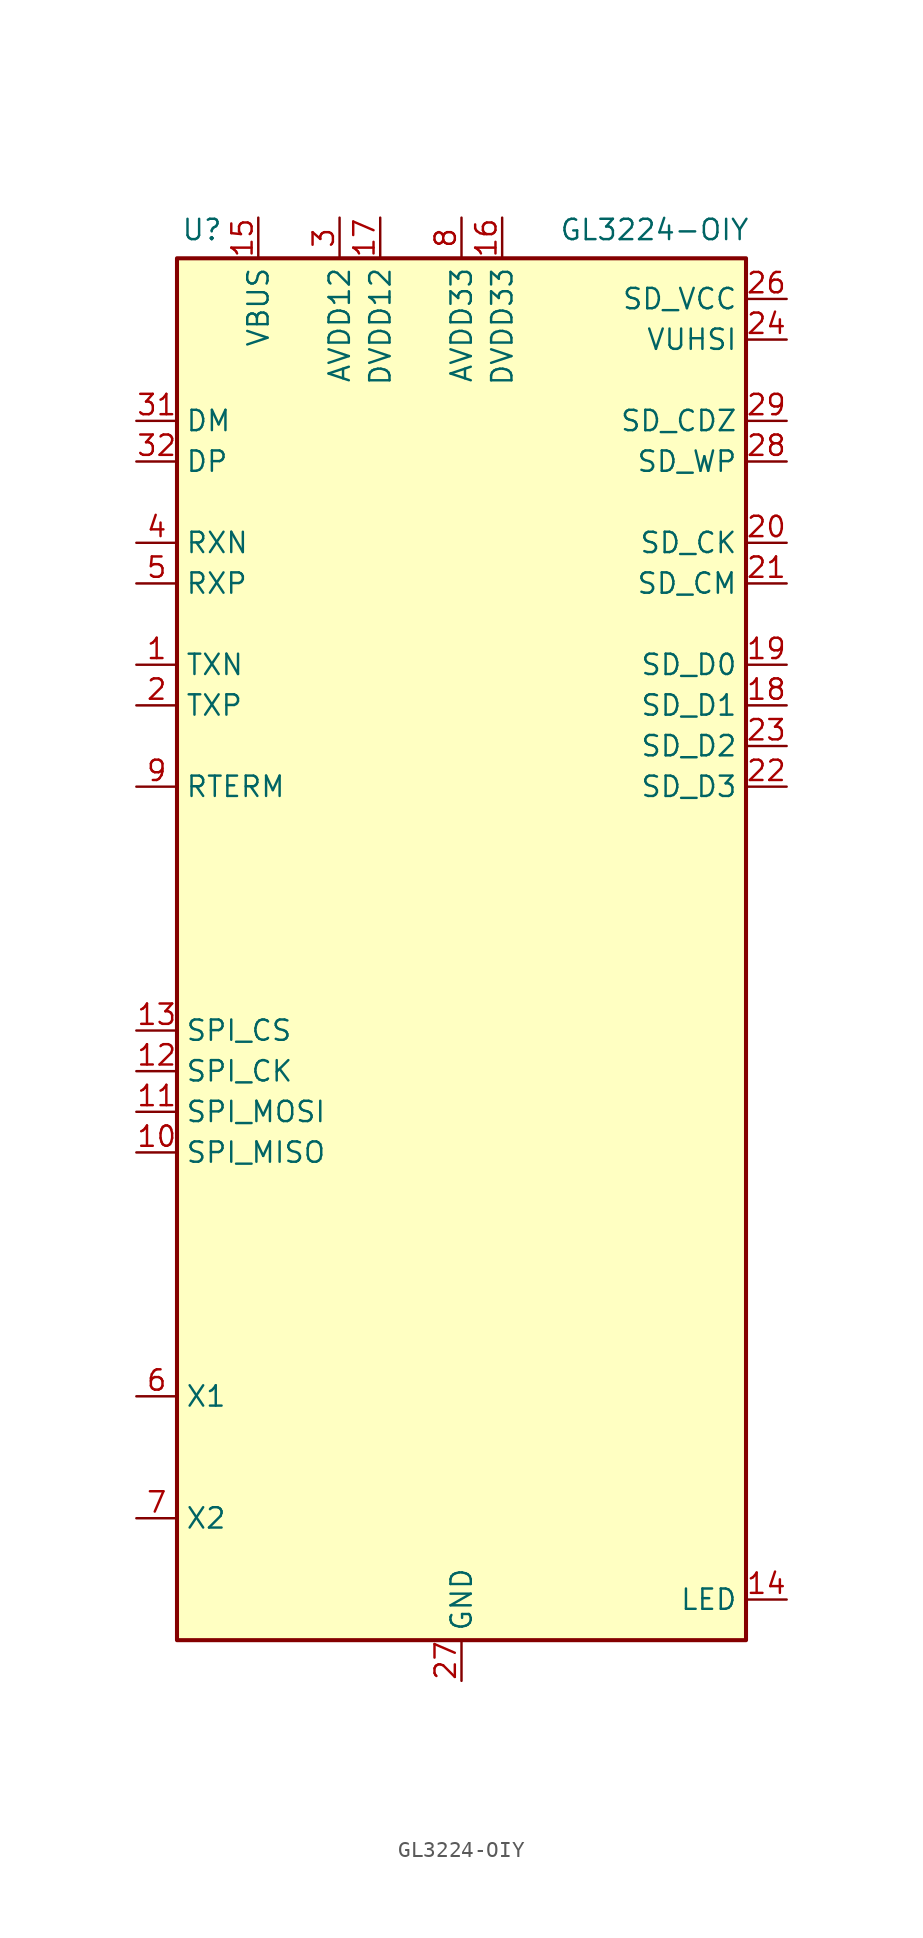
<source format=kicad_sym>
(kicad_symbol_lib
  (version 20241209)
  (generator "kicad_symbol_editor")
  (generator_version "9.0")
  (symbol "GL3224-OIY"
    (property "Reference" "U"
      (at -17.526 44.958 0)
      (effects (font (size 1.27 1.27)) (justify left)))
    (property "Value" "GL3224-OIY"
      (at 6.096 44.958 0)
      (effects (font (size 1.27 1.27)) (justify left)))
    (symbol "GL3224-OIY_1_1"
      (rectangle (start -17.78 43.18) (end 17.78 -43.18) (stroke (width 0.254) (type default)) (fill (type background)))
      (pin bidirectional line (at -20.32 33.02 0) (length 2.54) (name "DM" (effects (font (size 1.27 1.27)))) (number "31" (effects (font (size 1.27 1.27)))))
      (pin bidirectional line (at -20.32 30.48 0) (length 2.54) (name "DP" (effects (font (size 1.27 1.27)))) (number "32" (effects (font (size 1.27 1.27)))))
      (pin input line (at -20.32 25.4 0) (length 2.54) (name "RXN" (effects (font (size 1.27 1.27)))) (number "4" (effects (font (size 1.27 1.27)))))
      (pin input line (at -20.32 22.86 0) (length 2.54) (name "RXP" (effects (font (size 1.27 1.27)))) (number "5" (effects (font (size 1.27 1.27)))))
      (pin output line (at -20.32 17.78 0) (length 2.54) (name "TXN" (effects (font (size 1.27 1.27)))) (number "1" (effects (font (size 1.27 1.27)))))
      (pin output line (at -20.32 15.24 0) (length 2.54) (name "TXP" (effects (font (size 1.27 1.27)))) (number "2" (effects (font (size 1.27 1.27)))))
      (pin passive line (at -20.32 10.16 0) (length 2.54) (name "RTERM" (effects (font (size 1.27 1.27)))) (number "9" (effects (font (size 1.27 1.27)))))
      (pin output line (at -20.32 -5.08 0) (length 2.54) (name "SPI_CS" (effects (font (size 1.27 1.27)))) (number "13" (effects (font (size 1.27 1.27)))))
      (pin output line (at -20.32 -7.62 0) (length 2.54) (name "SPI_CK" (effects (font (size 1.27 1.27)))) (number "12" (effects (font (size 1.27 1.27)))))
      (pin output line (at -20.32 -10.16 0) (length 2.54) (name "SPI_MOSI" (effects (font (size 1.27 1.27)))) (number "11" (effects (font (size 1.27 1.27)))))
      (pin input line (at -20.32 -12.7 0) (length 2.54) (name "SPI_MISO" (effects (font (size 1.27 1.27)))) (number "10" (effects (font (size 1.27 1.27)))))
      (pin input line (at -20.32 -27.94 0) (length 2.54) (name "X1" (effects (font (size 1.27 1.27)))) (number "6" (effects (font (size 1.27 1.27)))))
      (pin output line (at -20.32 -35.56 0) (length 2.54) (name "X2" (effects (font (size 1.27 1.27)))) (number "7" (effects (font (size 1.27 1.27)))))
      (pin power_in line (at -12.7 45.72 270) (length 2.54) (name "VBUS" (effects (font (size 1.27 1.27)))) (number "15" (effects (font (size 1.27 1.27)))))
      (pin power_in line (at -7.62 45.72 270) (length 2.54) (name "AVDD12" (effects (font (size 1.27 1.27)))) (number "3" (effects (font (size 1.27 1.27)))))
      (pin passive line (at -5.08 45.72 270) (length 2.54) (name "DVDD12" (effects (font (size 1.27 1.27)))) (number "17" (effects (font (size 1.27 1.27)))))
      (pin passive line (at 0 45.72 270) (length 2.54) (hide yes) (name "AVDD33" (effects (font (size 1.27 1.27)))) (number "30" (effects (font (size 1.27 1.27)))))
      (pin power_in line (at 0 45.72 270) (length 2.54) (name "AVDD33" (effects (font (size 1.27 1.27)))) (number "8" (effects (font (size 1.27 1.27)))))
      (pin power_in line (at 0 -45.72 90) (length 2.54) (name "GND" (effects (font (size 1.27 1.27)))) (number "27" (effects (font (size 1.27 1.27)))))
      (pin passive line (at 0 -45.72 90) (length 2.54) (hide yes) (name "GND" (effects (font (size 1.27 1.27)))) (number "33" (effects (font (size 1.27 1.27)))))
      (pin passive line (at 2.54 45.72 270) (length 2.54) (name "DVDD33" (effects (font (size 1.27 1.27)))) (number "16" (effects (font (size 1.27 1.27)))))
      (pin passive line (at 2.54 45.72 270) (length 2.54) (hide yes) (name "DVDD33" (effects (font (size 1.27 1.27)))) (number "25" (effects (font (size 1.27 1.27)))))
      (pin power_out line (at 20.32 40.64 180) (length 2.54) (name "SD_VCC" (effects (font (size 1.27 1.27)))) (number "26" (effects (font (size 1.27 1.27)))))
      (pin power_out line (at 20.32 38.1 180) (length 2.54) (name "VUHSI" (effects (font (size 1.27 1.27)))) (number "24" (effects (font (size 1.27 1.27)))))
      (pin input line (at 20.32 33.02 180) (length 2.54) (name "SD_CDZ" (effects (font (size 1.27 1.27)))) (number "29" (effects (font (size 1.27 1.27)))))
      (pin input line (at 20.32 30.48 180) (length 2.54) (name "SD_WP" (effects (font (size 1.27 1.27)))) (number "28" (effects (font (size 1.27 1.27)))))
      (pin bidirectional line (at 20.32 25.4 180) (length 2.54) (name "SD_CK" (effects (font (size 1.27 1.27)))) (number "20" (effects (font (size 1.27 1.27)))))
      (pin bidirectional line (at 20.32 22.86 180) (length 2.54) (name "SD_CM" (effects (font (size 1.27 1.27)))) (number "21" (effects (font (size 1.27 1.27)))))
      (pin bidirectional line (at 20.32 17.78 180) (length 2.54) (name "SD_D0" (effects (font (size 1.27 1.27)))) (number "19" (effects (font (size 1.27 1.27)))))
      (pin bidirectional line (at 20.32 15.24 180) (length 2.54) (name "SD_D1" (effects (font (size 1.27 1.27)))) (number "18" (effects (font (size 1.27 1.27)))))
      (pin bidirectional line (at 20.32 12.7 180) (length 2.54) (name "SD_D2" (effects (font (size 1.27 1.27)))) (number "23" (effects (font (size 1.27 1.27)))))
      (pin bidirectional line (at 20.32 10.16 180) (length 2.54) (name "SD_D3" (effects (font (size 1.27 1.27)))) (number "22" (effects (font (size 1.27 1.27)))))
      (pin output line (at 20.32 -40.64 180) (length 2.54) (name "LED" (effects (font (size 1.27 1.27)))) (number "14" (effects (font (size 1.27 1.27))))))))
</source>
